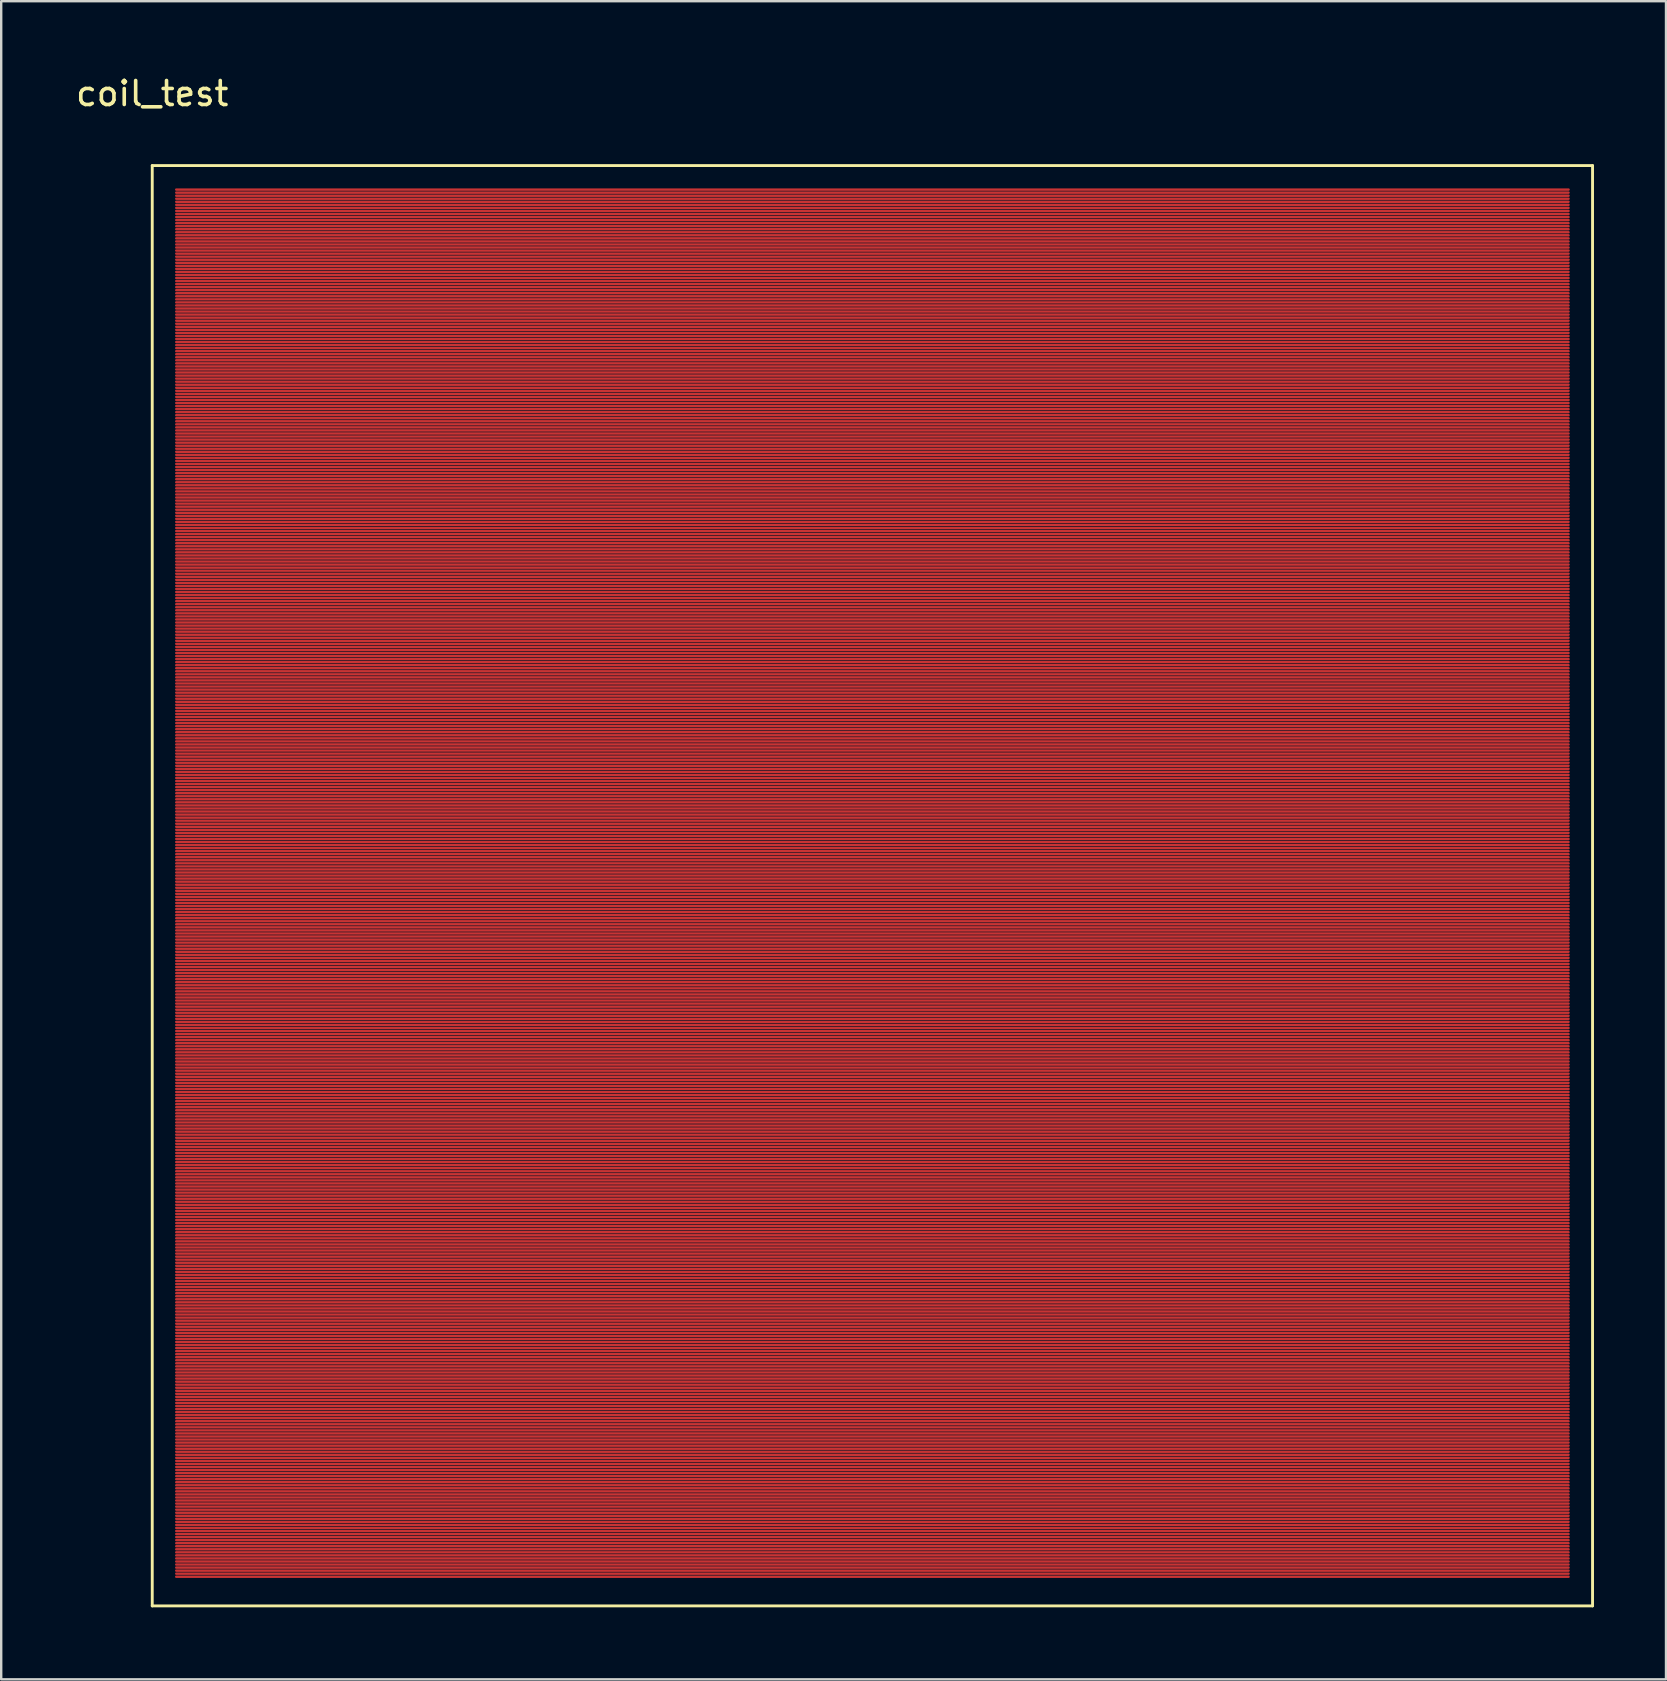
<source format=kicad_pcb>
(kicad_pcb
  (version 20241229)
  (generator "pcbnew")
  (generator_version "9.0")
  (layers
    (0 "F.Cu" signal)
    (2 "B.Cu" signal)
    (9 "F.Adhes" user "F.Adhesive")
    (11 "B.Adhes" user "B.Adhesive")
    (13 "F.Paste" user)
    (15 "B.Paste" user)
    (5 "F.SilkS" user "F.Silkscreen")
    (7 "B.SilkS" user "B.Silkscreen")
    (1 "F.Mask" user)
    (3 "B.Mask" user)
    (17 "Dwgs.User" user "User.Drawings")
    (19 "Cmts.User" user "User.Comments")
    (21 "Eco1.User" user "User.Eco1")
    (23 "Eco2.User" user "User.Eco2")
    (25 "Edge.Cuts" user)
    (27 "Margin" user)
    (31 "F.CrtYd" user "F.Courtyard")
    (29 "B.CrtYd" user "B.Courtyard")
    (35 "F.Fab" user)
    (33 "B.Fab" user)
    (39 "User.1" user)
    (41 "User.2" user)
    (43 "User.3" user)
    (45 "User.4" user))
  (footprint "coil_test"
    (layer "F.Cu")
    (at 3.292 3.848)
    (property "Reference" "coil_test" (at 0 -3 0) (layer "F.SilkS") (effects (font (size 1 1) (thickness 0.15))))
    (attr through_hole)
    (fp_line (start 1 1) (end 59 1) (stroke (width 0.102) (type solid)) (layer "F.Cu"))
    (fp_line (start 1 1.127) (end 59 1.127) (stroke (width 0.102) (type solid)) (layer "F.Cu"))
    (fp_line (start 1 1.254) (end 59 1.254) (stroke (width 0.102) (type solid)) (layer "F.Cu"))
    (fp_line (start 1 1.381) (end 59 1.381) (stroke (width 0.102) (type solid)) (layer "F.Cu"))
    (fp_line (start 1 1.508) (end 59 1.508) (stroke (width 0.102) (type solid)) (layer "F.Cu"))
    (fp_line (start 1 1.635) (end 59 1.635) (stroke (width 0.102) (type solid)) (layer "F.Cu"))
    (fp_line (start 1 1.762) (end 59 1.762) (stroke (width 0.102) (type solid)) (layer "F.Cu"))
    (fp_line (start 1 1.889) (end 59 1.889) (stroke (width 0.102) (type solid)) (layer "F.Cu"))
    (fp_line (start 1 2.016) (end 59 2.016) (stroke (width 0.102) (type solid)) (layer "F.Cu"))
    (fp_line (start 1 2.143) (end 59 2.143) (stroke (width 0.102) (type solid)) (layer "F.Cu"))
    (fp_line (start 1 2.27) (end 59 2.27) (stroke (width 0.102) (type solid)) (layer "F.Cu"))
    (fp_line (start 1 2.397) (end 59 2.397) (stroke (width 0.102) (type solid)) (layer "F.Cu"))
    (fp_line (start 1 2.524) (end 59 2.524) (stroke (width 0.102) (type solid)) (layer "F.Cu"))
    (fp_line (start 1 2.651) (end 59 2.651) (stroke (width 0.102) (type solid)) (layer "F.Cu"))
    (fp_line (start 1 2.778) (end 59 2.778) (stroke (width 0.102) (type solid)) (layer "F.Cu"))
    (fp_line (start 1 2.905) (end 59 2.905) (stroke (width 0.102) (type solid)) (layer "F.Cu"))
    (fp_line (start 1 3.032) (end 59 3.032) (stroke (width 0.102) (type solid)) (layer "F.Cu"))
    (fp_line (start 1 3.159) (end 59 3.159) (stroke (width 0.102) (type solid)) (layer "F.Cu"))
    (fp_line (start 1 3.286) (end 59 3.286) (stroke (width 0.102) (type solid)) (layer "F.Cu"))
    (fp_line (start 1 3.413) (end 59 3.413) (stroke (width 0.102) (type solid)) (layer "F.Cu"))
    (fp_line (start 1 3.54) (end 59 3.54) (stroke (width 0.102) (type solid)) (layer "F.Cu"))
    (fp_line (start 1 3.667) (end 59 3.667) (stroke (width 0.102) (type solid)) (layer "F.Cu"))
    (fp_line (start 1 3.794) (end 59 3.794) (stroke (width 0.102) (type solid)) (layer "F.Cu"))
    (fp_line (start 1 3.921) (end 59 3.921) (stroke (width 0.102) (type solid)) (layer "F.Cu"))
    (fp_line (start 1 4.048) (end 59 4.048) (stroke (width 0.102) (type solid)) (layer "F.Cu"))
    (fp_line (start 1 4.175) (end 59 4.175) (stroke (width 0.102) (type solid)) (layer "F.Cu"))
    (fp_line (start 1 4.302) (end 59 4.302) (stroke (width 0.102) (type solid)) (layer "F.Cu"))
    (fp_line (start 1 4.429) (end 59 4.429) (stroke (width 0.102) (type solid)) (layer "F.Cu"))
    (fp_line (start 1 4.556) (end 59 4.556) (stroke (width 0.102) (type solid)) (layer "F.Cu"))
    (fp_line (start 1 4.683) (end 59 4.683) (stroke (width 0.102) (type solid)) (layer "F.Cu"))
    (fp_line (start 1 4.81) (end 59 4.81) (stroke (width 0.102) (type solid)) (layer "F.Cu"))
    (fp_line (start 1 4.937) (end 59 4.937) (stroke (width 0.102) (type solid)) (layer "F.Cu"))
    (fp_line (start 1 5.064) (end 59 5.064) (stroke (width 0.102) (type solid)) (layer "F.Cu"))
    (fp_line (start 1 5.191) (end 59 5.191) (stroke (width 0.102) (type solid)) (layer "F.Cu"))
    (fp_line (start 1 5.318) (end 59 5.318) (stroke (width 0.102) (type solid)) (layer "F.Cu"))
    (fp_line (start 1 5.445) (end 59 5.445) (stroke (width 0.102) (type solid)) (layer "F.Cu"))
    (fp_line (start 1 5.572) (end 59 5.572) (stroke (width 0.102) (type solid)) (layer "F.Cu"))
    (fp_line (start 1 5.699) (end 59 5.699) (stroke (width 0.102) (type solid)) (layer "F.Cu"))
    (fp_line (start 1 5.826) (end 59 5.826) (stroke (width 0.102) (type solid)) (layer "F.Cu"))
    (fp_line (start 1 5.953) (end 59 5.953) (stroke (width 0.102) (type solid)) (layer "F.Cu"))
    (fp_line (start 1 6.08) (end 59 6.08) (stroke (width 0.102) (type solid)) (layer "F.Cu"))
    (fp_line (start 1 6.207) (end 59 6.207) (stroke (width 0.102) (type solid)) (layer "F.Cu"))
    (fp_line (start 1 6.334) (end 59 6.334) (stroke (width 0.102) (type solid)) (layer "F.Cu"))
    (fp_line (start 1 6.461) (end 59 6.461) (stroke (width 0.102) (type solid)) (layer "F.Cu"))
    (fp_line (start 1 6.588) (end 59 6.588) (stroke (width 0.102) (type solid)) (layer "F.Cu"))
    (fp_line (start 1 6.715) (end 59 6.715) (stroke (width 0.102) (type solid)) (layer "F.Cu"))
    (fp_line (start 1 6.842) (end 59 6.842) (stroke (width 0.102) (type solid)) (layer "F.Cu"))
    (fp_line (start 1 6.969) (end 59 6.969) (stroke (width 0.102) (type solid)) (layer "F.Cu"))
    (fp_line (start 1 7.096) (end 59 7.096) (stroke (width 0.102) (type solid)) (layer "F.Cu"))
    (fp_line (start 1 7.223) (end 59 7.223) (stroke (width 0.102) (type solid)) (layer "F.Cu"))
    (fp_line (start 1 7.35) (end 59 7.35) (stroke (width 0.102) (type solid)) (layer "F.Cu"))
    (fp_line (start 1 7.477) (end 59 7.477) (stroke (width 0.102) (type solid)) (layer "F.Cu"))
    (fp_line (start 1 7.604) (end 59 7.604) (stroke (width 0.102) (type solid)) (layer "F.Cu"))
    (fp_line (start 1 7.731) (end 59 7.731) (stroke (width 0.102) (type solid)) (layer "F.Cu"))
    (fp_line (start 1 7.858) (end 59 7.858) (stroke (width 0.102) (type solid)) (layer "F.Cu"))
    (fp_line (start 1 7.985) (end 59 7.985) (stroke (width 0.102) (type solid)) (layer "F.Cu"))
    (fp_line (start 1 8.112) (end 59 8.112) (stroke (width 0.102) (type solid)) (layer "F.Cu"))
    (fp_line (start 1 8.239) (end 59 8.239) (stroke (width 0.102) (type solid)) (layer "F.Cu"))
    (fp_line (start 1 8.366) (end 59 8.366) (stroke (width 0.102) (type solid)) (layer "F.Cu"))
    (fp_line (start 1 8.493) (end 59 8.493) (stroke (width 0.102) (type solid)) (layer "F.Cu"))
    (fp_line (start 1 8.62) (end 59 8.62) (stroke (width 0.102) (type solid)) (layer "F.Cu"))
    (fp_line (start 1 8.747) (end 59 8.747) (stroke (width 0.102) (type solid)) (layer "F.Cu"))
    (fp_line (start 1 8.874) (end 59 8.874) (stroke (width 0.102) (type solid)) (layer "F.Cu"))
    (fp_line (start 1 9.001) (end 59 9.001) (stroke (width 0.102) (type solid)) (layer "F.Cu"))
    (fp_line (start 1 9.128) (end 59 9.128) (stroke (width 0.102) (type solid)) (layer "F.Cu"))
    (fp_line (start 1 9.255) (end 59 9.255) (stroke (width 0.102) (type solid)) (layer "F.Cu"))
    (fp_line (start 1 9.382) (end 59 9.382) (stroke (width 0.102) (type solid)) (layer "F.Cu"))
    (fp_line (start 1 9.509) (end 59 9.509) (stroke (width 0.102) (type solid)) (layer "F.Cu"))
    (fp_line (start 1 9.636) (end 59 9.636) (stroke (width 0.102) (type solid)) (layer "F.Cu"))
    (fp_line (start 1 9.763) (end 59 9.763) (stroke (width 0.102) (type solid)) (layer "F.Cu"))
    (fp_line (start 1 9.89) (end 59 9.89) (stroke (width 0.102) (type solid)) (layer "F.Cu"))
    (fp_line (start 1 10.017) (end 59 10.017) (stroke (width 0.102) (type solid)) (layer "F.Cu"))
    (fp_line (start 1 10.144) (end 59 10.144) (stroke (width 0.102) (type solid)) (layer "F.Cu"))
    (fp_line (start 1 10.271) (end 59 10.271) (stroke (width 0.102) (type solid)) (layer "F.Cu"))
    (fp_line (start 1 10.398) (end 59 10.398) (stroke (width 0.102) (type solid)) (layer "F.Cu"))
    (fp_line (start 1 10.525) (end 59 10.525) (stroke (width 0.102) (type solid)) (layer "F.Cu"))
    (fp_line (start 1 10.652) (end 59 10.652) (stroke (width 0.102) (type solid)) (layer "F.Cu"))
    (fp_line (start 1 10.779) (end 59 10.779) (stroke (width 0.102) (type solid)) (layer "F.Cu"))
    (fp_line (start 1 10.906) (end 59 10.906) (stroke (width 0.102) (type solid)) (layer "F.Cu"))
    (fp_line (start 1 11.033) (end 59 11.033) (stroke (width 0.102) (type solid)) (layer "F.Cu"))
    (fp_line (start 1 11.16) (end 59 11.16) (stroke (width 0.102) (type solid)) (layer "F.Cu"))
    (fp_line (start 1 11.287) (end 59 11.287) (stroke (width 0.102) (type solid)) (layer "F.Cu"))
    (fp_line (start 1 11.414) (end 59 11.414) (stroke (width 0.102) (type solid)) (layer "F.Cu"))
    (fp_line (start 1 11.541) (end 59 11.541) (stroke (width 0.102) (type solid)) (layer "F.Cu"))
    (fp_line (start 1 11.668) (end 59 11.668) (stroke (width 0.102) (type solid)) (layer "F.Cu"))
    (fp_line (start 1 11.795) (end 59 11.795) (stroke (width 0.102) (type solid)) (layer "F.Cu"))
    (fp_line (start 1 11.922) (end 59 11.922) (stroke (width 0.102) (type solid)) (layer "F.Cu"))
    (fp_line (start 1 12.049) (end 59 12.049) (stroke (width 0.102) (type solid)) (layer "F.Cu"))
    (fp_line (start 1 12.176) (end 59 12.176) (stroke (width 0.102) (type solid)) (layer "F.Cu"))
    (fp_line (start 1 12.303) (end 59 12.303) (stroke (width 0.102) (type solid)) (layer "F.Cu"))
    (fp_line (start 1 12.43) (end 59 12.43) (stroke (width 0.102) (type solid)) (layer "F.Cu"))
    (fp_line (start 1 12.557) (end 59 12.557) (stroke (width 0.102) (type solid)) (layer "F.Cu"))
    (fp_line (start 1 12.684) (end 59 12.684) (stroke (width 0.102) (type solid)) (layer "F.Cu"))
    (fp_line (start 1 12.811) (end 59 12.811) (stroke (width 0.102) (type solid)) (layer "F.Cu"))
    (fp_line (start 1 12.938) (end 59 12.938) (stroke (width 0.102) (type solid)) (layer "F.Cu"))
    (fp_line (start 1 13.065) (end 59 13.065) (stroke (width 0.102) (type solid)) (layer "F.Cu"))
    (fp_line (start 1 13.192) (end 59 13.192) (stroke (width 0.102) (type solid)) (layer "F.Cu"))
    (fp_line (start 1 13.319) (end 59 13.319) (stroke (width 0.102) (type solid)) (layer "F.Cu"))
    (fp_line (start 1 13.446) (end 59 13.446) (stroke (width 0.102) (type solid)) (layer "F.Cu"))
    (fp_line (start 1 13.573) (end 59 13.573) (stroke (width 0.102) (type solid)) (layer "F.Cu"))
    (fp_line (start 1 13.7) (end 59 13.7) (stroke (width 0.102) (type solid)) (layer "F.Cu"))
    (fp_line (start 1 13.827) (end 59 13.827) (stroke (width 0.102) (type solid)) (layer "F.Cu"))
    (fp_line (start 1 13.954) (end 59 13.954) (stroke (width 0.102) (type solid)) (layer "F.Cu"))
    (fp_line (start 1 14.081) (end 59 14.081) (stroke (width 0.102) (type solid)) (layer "F.Cu"))
    (fp_line (start 1 14.208) (end 59 14.208) (stroke (width 0.102) (type solid)) (layer "F.Cu"))
    (fp_line (start 1 14.335) (end 59 14.335) (stroke (width 0.102) (type solid)) (layer "F.Cu"))
    (fp_line (start 1 14.462) (end 59 14.462) (stroke (width 0.102) (type solid)) (layer "F.Cu"))
    (fp_line (start 1 14.589) (end 59 14.589) (stroke (width 0.102) (type solid)) (layer "F.Cu"))
    (fp_line (start 1 14.716) (end 59 14.716) (stroke (width 0.102) (type solid)) (layer "F.Cu"))
    (fp_line (start 1 14.843) (end 59 14.843) (stroke (width 0.102) (type solid)) (layer "F.Cu"))
    (fp_line (start 1 14.97) (end 59 14.97) (stroke (width 0.102) (type solid)) (layer "F.Cu"))
    (fp_line (start 1 15.097) (end 59 15.097) (stroke (width 0.102) (type solid)) (layer "F.Cu"))
    (fp_line (start 1 15.224) (end 59 15.224) (stroke (width 0.102) (type solid)) (layer "F.Cu"))
    (fp_line (start 1 15.351) (end 59 15.351) (stroke (width 0.102) (type solid)) (layer "F.Cu"))
    (fp_line (start 1 15.478) (end 59 15.478) (stroke (width 0.102) (type solid)) (layer "F.Cu"))
    (fp_line (start 1 15.605) (end 59 15.605) (stroke (width 0.102) (type solid)) (layer "F.Cu"))
    (fp_line (start 1 15.732) (end 59 15.732) (stroke (width 0.102) (type solid)) (layer "F.Cu"))
    (fp_line (start 1 15.859) (end 59 15.859) (stroke (width 0.102) (type solid)) (layer "F.Cu"))
    (fp_line (start 1 15.986) (end 59 15.986) (stroke (width 0.102) (type solid)) (layer "F.Cu"))
    (fp_line (start 1 16.113) (end 59 16.113) (stroke (width 0.102) (type solid)) (layer "F.Cu"))
    (fp_line (start 1 16.24) (end 59 16.24) (stroke (width 0.102) (type solid)) (layer "F.Cu"))
    (fp_line (start 1 16.367) (end 59 16.367) (stroke (width 0.102) (type solid)) (layer "F.Cu"))
    (fp_line (start 1 16.494) (end 59 16.494) (stroke (width 0.102) (type solid)) (layer "F.Cu"))
    (fp_line (start 1 16.621) (end 59 16.621) (stroke (width 0.102) (type solid)) (layer "F.Cu"))
    (fp_line (start 1 16.748) (end 59 16.748) (stroke (width 0.102) (type solid)) (layer "F.Cu"))
    (fp_line (start 1 16.875) (end 59 16.875) (stroke (width 0.102) (type solid)) (layer "F.Cu"))
    (fp_line (start 1 17.002) (end 59 17.002) (stroke (width 0.102) (type solid)) (layer "F.Cu"))
    (fp_line (start 1 17.129) (end 59 17.129) (stroke (width 0.102) (type solid)) (layer "F.Cu"))
    (fp_line (start 1 17.256) (end 59 17.256) (stroke (width 0.102) (type solid)) (layer "F.Cu"))
    (fp_line (start 1 17.383) (end 59 17.383) (stroke (width 0.102) (type solid)) (layer "F.Cu"))
    (fp_line (start 1 17.51) (end 59 17.51) (stroke (width 0.102) (type solid)) (layer "F.Cu"))
    (fp_line (start 1 17.637) (end 59 17.637) (stroke (width 0.102) (type solid)) (layer "F.Cu"))
    (fp_line (start 1 17.764) (end 59 17.764) (stroke (width 0.102) (type solid)) (layer "F.Cu"))
    (fp_line (start 1 17.891) (end 59 17.891) (stroke (width 0.102) (type solid)) (layer "F.Cu"))
    (fp_line (start 1 18.018) (end 59 18.018) (stroke (width 0.102) (type solid)) (layer "F.Cu"))
    (fp_line (start 1 18.145) (end 59 18.145) (stroke (width 0.102) (type solid)) (layer "F.Cu"))
    (fp_line (start 1 18.272) (end 59 18.272) (stroke (width 0.102) (type solid)) (layer "F.Cu"))
    (fp_line (start 1 18.399) (end 59 18.399) (stroke (width 0.102) (type solid)) (layer "F.Cu"))
    (fp_line (start 1 18.526) (end 59 18.526) (stroke (width 0.102) (type solid)) (layer "F.Cu"))
    (fp_line (start 1 18.653) (end 59 18.653) (stroke (width 0.102) (type solid)) (layer "F.Cu"))
    (fp_line (start 1 18.78) (end 59 18.78) (stroke (width 0.102) (type solid)) (layer "F.Cu"))
    (fp_line (start 1 18.907) (end 59 18.907) (stroke (width 0.102) (type solid)) (layer "F.Cu"))
    (fp_line (start 1 19.034) (end 59 19.034) (stroke (width 0.102) (type solid)) (layer "F.Cu"))
    (fp_line (start 1 19.161) (end 59 19.161) (stroke (width 0.102) (type solid)) (layer "F.Cu"))
    (fp_line (start 1 19.288) (end 59 19.288) (stroke (width 0.102) (type solid)) (layer "F.Cu"))
    (fp_line (start 1 19.415) (end 59 19.415) (stroke (width 0.102) (type solid)) (layer "F.Cu"))
    (fp_line (start 1 19.542) (end 59 19.542) (stroke (width 0.102) (type solid)) (layer "F.Cu"))
    (fp_line (start 1 19.669) (end 59 19.669) (stroke (width 0.102) (type solid)) (layer "F.Cu"))
    (fp_line (start 1 19.796) (end 59 19.796) (stroke (width 0.102) (type solid)) (layer "F.Cu"))
    (fp_line (start 1 19.923) (end 59 19.923) (stroke (width 0.102) (type solid)) (layer "F.Cu"))
    (fp_line (start 1 20.05) (end 59 20.05) (stroke (width 0.102) (type solid)) (layer "F.Cu"))
    (fp_line (start 1 20.177) (end 59 20.177) (stroke (width 0.102) (type solid)) (layer "F.Cu"))
    (fp_line (start 1 20.304) (end 59 20.304) (stroke (width 0.102) (type solid)) (layer "F.Cu"))
    (fp_line (start 1 20.431) (end 59 20.431) (stroke (width 0.102) (type solid)) (layer "F.Cu"))
    (fp_line (start 1 20.558) (end 59 20.558) (stroke (width 0.102) (type solid)) (layer "F.Cu"))
    (fp_line (start 1 20.685) (end 59 20.685) (stroke (width 0.102) (type solid)) (layer "F.Cu"))
    (fp_line (start 1 20.812) (end 59 20.812) (stroke (width 0.102) (type solid)) (layer "F.Cu"))
    (fp_line (start 1 20.939) (end 59 20.939) (stroke (width 0.102) (type solid)) (layer "F.Cu"))
    (fp_line (start 1 21.066) (end 59 21.066) (stroke (width 0.102) (type solid)) (layer "F.Cu"))
    (fp_line (start 1 21.193) (end 59 21.193) (stroke (width 0.102) (type solid)) (layer "F.Cu"))
    (fp_line (start 1 21.32) (end 59 21.32) (stroke (width 0.102) (type solid)) (layer "F.Cu"))
    (fp_line (start 1 21.447) (end 59 21.447) (stroke (width 0.102) (type solid)) (layer "F.Cu"))
    (fp_line (start 1 21.574) (end 59 21.574) (stroke (width 0.102) (type solid)) (layer "F.Cu"))
    (fp_line (start 1 21.701) (end 59 21.701) (stroke (width 0.102) (type solid)) (layer "F.Cu"))
    (fp_line (start 1 21.828) (end 59 21.828) (stroke (width 0.102) (type solid)) (layer "F.Cu"))
    (fp_line (start 1 21.955) (end 59 21.955) (stroke (width 0.102) (type solid)) (layer "F.Cu"))
    (fp_line (start 1 22.082) (end 59 22.082) (stroke (width 0.102) (type solid)) (layer "F.Cu"))
    (fp_line (start 1 22.209) (end 59 22.209) (stroke (width 0.102) (type solid)) (layer "F.Cu"))
    (fp_line (start 1 22.336) (end 59 22.336) (stroke (width 0.102) (type solid)) (layer "F.Cu"))
    (fp_line (start 1 22.463) (end 59 22.463) (stroke (width 0.102) (type solid)) (layer "F.Cu"))
    (fp_line (start 1 22.59) (end 59 22.59) (stroke (width 0.102) (type solid)) (layer "F.Cu"))
    (fp_line (start 1 22.717) (end 59 22.717) (stroke (width 0.102) (type solid)) (layer "F.Cu"))
    (fp_line (start 1 22.844) (end 59 22.844) (stroke (width 0.102) (type solid)) (layer "F.Cu"))
    (fp_line (start 1 22.971) (end 59 22.971) (stroke (width 0.102) (type solid)) (layer "F.Cu"))
    (fp_line (start 1 23.098) (end 59 23.098) (stroke (width 0.102) (type solid)) (layer "F.Cu"))
    (fp_line (start 1 23.225) (end 59 23.225) (stroke (width 0.102) (type solid)) (layer "F.Cu"))
    (fp_line (start 1 23.352) (end 59 23.352) (stroke (width 0.102) (type solid)) (layer "F.Cu"))
    (fp_line (start 1 23.479) (end 59 23.479) (stroke (width 0.102) (type solid)) (layer "F.Cu"))
    (fp_line (start 1 23.606) (end 59 23.606) (stroke (width 0.102) (type solid)) (layer "F.Cu"))
    (fp_line (start 1 23.733) (end 59 23.733) (stroke (width 0.102) (type solid)) (layer "F.Cu"))
    (fp_line (start 1 23.86) (end 59 23.86) (stroke (width 0.102) (type solid)) (layer "F.Cu"))
    (fp_line (start 1 23.987) (end 59 23.987) (stroke (width 0.102) (type solid)) (layer "F.Cu"))
    (fp_line (start 1 24.114) (end 59 24.114) (stroke (width 0.102) (type solid)) (layer "F.Cu"))
    (fp_line (start 1 24.241) (end 59 24.241) (stroke (width 0.102) (type solid)) (layer "F.Cu"))
    (fp_line (start 1 24.368) (end 59 24.368) (stroke (width 0.102) (type solid)) (layer "F.Cu"))
    (fp_line (start 1 24.495) (end 59 24.495) (stroke (width 0.102) (type solid)) (layer "F.Cu"))
    (fp_line (start 1 24.622) (end 59 24.622) (stroke (width 0.102) (type solid)) (layer "F.Cu"))
    (fp_line (start 1 24.749) (end 59 24.749) (stroke (width 0.102) (type solid)) (layer "F.Cu"))
    (fp_line (start 1 24.876) (end 59 24.876) (stroke (width 0.102) (type solid)) (layer "F.Cu"))
    (fp_line (start 1 25.003) (end 59 25.003) (stroke (width 0.102) (type solid)) (layer "F.Cu"))
    (fp_line (start 1 25.13) (end 59 25.13) (stroke (width 0.102) (type solid)) (layer "F.Cu"))
    (fp_line (start 1 25.257) (end 59 25.257) (stroke (width 0.102) (type solid)) (layer "F.Cu"))
    (fp_line (start 1 25.384) (end 59 25.384) (stroke (width 0.102) (type solid)) (layer "F.Cu"))
    (fp_line (start 1 25.511) (end 59 25.511) (stroke (width 0.102) (type solid)) (layer "F.Cu"))
    (fp_line (start 1 25.638) (end 59 25.638) (stroke (width 0.102) (type solid)) (layer "F.Cu"))
    (fp_line (start 1 25.765) (end 59 25.765) (stroke (width 0.102) (type solid)) (layer "F.Cu"))
    (fp_line (start 1 25.892) (end 59 25.892) (stroke (width 0.102) (type solid)) (layer "F.Cu"))
    (fp_line (start 1 26.019) (end 59 26.019) (stroke (width 0.102) (type solid)) (layer "F.Cu"))
    (fp_line (start 1 26.146) (end 59 26.146) (stroke (width 0.102) (type solid)) (layer "F.Cu"))
    (fp_line (start 1 26.273) (end 59 26.273) (stroke (width 0.102) (type solid)) (layer "F.Cu"))
    (fp_line (start 1 26.4) (end 59 26.4) (stroke (width 0.102) (type solid)) (layer "F.Cu"))
    (fp_line (start 1 26.527) (end 59 26.527) (stroke (width 0.102) (type solid)) (layer "F.Cu"))
    (fp_line (start 1 26.654) (end 59 26.654) (stroke (width 0.102) (type solid)) (layer "F.Cu"))
    (fp_line (start 1 26.781) (end 59 26.781) (stroke (width 0.102) (type solid)) (layer "F.Cu"))
    (fp_line (start 1 26.908) (end 59 26.908) (stroke (width 0.102) (type solid)) (layer "F.Cu"))
    (fp_line (start 1 27.035) (end 59 27.035) (stroke (width 0.102) (type solid)) (layer "F.Cu"))
    (fp_line (start 1 27.162) (end 59 27.162) (stroke (width 0.102) (type solid)) (layer "F.Cu"))
    (fp_line (start 1 27.289) (end 59 27.289) (stroke (width 0.102) (type solid)) (layer "F.Cu"))
    (fp_line (start 1 27.416) (end 59 27.416) (stroke (width 0.102) (type solid)) (layer "F.Cu"))
    (fp_line (start 1 27.543) (end 59 27.543) (stroke (width 0.102) (type solid)) (layer "F.Cu"))
    (fp_line (start 1 27.67) (end 59 27.67) (stroke (width 0.102) (type solid)) (layer "F.Cu"))
    (fp_line (start 1 27.797) (end 59 27.797) (stroke (width 0.102) (type solid)) (layer "F.Cu"))
    (fp_line (start 1 27.924) (end 59 27.924) (stroke (width 0.102) (type solid)) (layer "F.Cu"))
    (fp_line (start 1 28.051) (end 59 28.051) (stroke (width 0.102) (type solid)) (layer "F.Cu"))
    (fp_line (start 1 28.178) (end 59 28.178) (stroke (width 0.102) (type solid)) (layer "F.Cu"))
    (fp_line (start 1 28.305) (end 59 28.305) (stroke (width 0.102) (type solid)) (layer "F.Cu"))
    (fp_line (start 1 28.432) (end 59 28.432) (stroke (width 0.102) (type solid)) (layer "F.Cu"))
    (fp_line (start 1 28.559) (end 59 28.559) (stroke (width 0.102) (type solid)) (layer "F.Cu"))
    (fp_line (start 1 28.686) (end 59 28.686) (stroke (width 0.102) (type solid)) (layer "F.Cu"))
    (fp_line (start 1 28.813) (end 59 28.813) (stroke (width 0.102) (type solid)) (layer "F.Cu"))
    (fp_line (start 1 28.94) (end 59 28.94) (stroke (width 0.102) (type solid)) (layer "F.Cu"))
    (fp_line (start 1 29.067) (end 59 29.067) (stroke (width 0.102) (type solid)) (layer "F.Cu"))
    (fp_line (start 1 29.194) (end 59 29.194) (stroke (width 0.102) (type solid)) (layer "F.Cu"))
    (fp_line (start 1 29.321) (end 59 29.321) (stroke (width 0.102) (type solid)) (layer "F.Cu"))
    (fp_line (start 1 29.448) (end 59 29.448) (stroke (width 0.102) (type solid)) (layer "F.Cu"))
    (fp_line (start 1 29.575) (end 59 29.575) (stroke (width 0.102) (type solid)) (layer "F.Cu"))
    (fp_line (start 1 29.702) (end 59 29.702) (stroke (width 0.102) (type solid)) (layer "F.Cu"))
    (fp_line (start 1 29.829) (end 59 29.829) (stroke (width 0.102) (type solid)) (layer "F.Cu"))
    (fp_line (start 1 29.956) (end 59 29.956) (stroke (width 0.102) (type solid)) (layer "F.Cu"))
    (fp_line (start 1 30.083) (end 59 30.083) (stroke (width 0.102) (type solid)) (layer "F.Cu"))
    (fp_line (start 1 30.21) (end 59 30.21) (stroke (width 0.102) (type solid)) (layer "F.Cu"))
    (fp_line (start 1 30.337) (end 59 30.337) (stroke (width 0.102) (type solid)) (layer "F.Cu"))
    (fp_line (start 1 30.464) (end 59 30.464) (stroke (width 0.102) (type solid)) (layer "F.Cu"))
    (fp_line (start 1 30.591) (end 59 30.591) (stroke (width 0.102) (type solid)) (layer "F.Cu"))
    (fp_line (start 1 30.718) (end 59 30.718) (stroke (width 0.102) (type solid)) (layer "F.Cu"))
    (fp_line (start 1 30.845) (end 59 30.845) (stroke (width 0.102) (type solid)) (layer "F.Cu"))
    (fp_line (start 1 30.972) (end 59 30.972) (stroke (width 0.102) (type solid)) (layer "F.Cu"))
    (fp_line (start 1 31.099) (end 59 31.099) (stroke (width 0.102) (type solid)) (layer "F.Cu"))
    (fp_line (start 1 31.226) (end 59 31.226) (stroke (width 0.102) (type solid)) (layer "F.Cu"))
    (fp_line (start 1 31.353) (end 59 31.353) (stroke (width 0.102) (type solid)) (layer "F.Cu"))
    (fp_line (start 1 31.48) (end 59 31.48) (stroke (width 0.102) (type solid)) (layer "F.Cu"))
    (fp_line (start 1 31.607) (end 59 31.607) (stroke (width 0.102) (type solid)) (layer "F.Cu"))
    (fp_line (start 1 31.734) (end 59 31.734) (stroke (width 0.102) (type solid)) (layer "F.Cu"))
    (fp_line (start 1 31.861) (end 59 31.861) (stroke (width 0.102) (type solid)) (layer "F.Cu"))
    (fp_line (start 1 31.988) (end 59 31.988) (stroke (width 0.102) (type solid)) (layer "F.Cu"))
    (fp_line (start 1 32.115) (end 59 32.115) (stroke (width 0.102) (type solid)) (layer "F.Cu"))
    (fp_line (start 1 32.242) (end 59 32.242) (stroke (width 0.102) (type solid)) (layer "F.Cu"))
    (fp_line (start 1 32.369) (end 59 32.369) (stroke (width 0.102) (type solid)) (layer "F.Cu"))
    (fp_line (start 1 32.496) (end 59 32.496) (stroke (width 0.102) (type solid)) (layer "F.Cu"))
    (fp_line (start 1 32.623) (end 59 32.623) (stroke (width 0.102) (type solid)) (layer "F.Cu"))
    (fp_line (start 1 32.75) (end 59 32.75) (stroke (width 0.102) (type solid)) (layer "F.Cu"))
    (fp_line (start 1 32.877) (end 59 32.877) (stroke (width 0.102) (type solid)) (layer "F.Cu"))
    (fp_line (start 1 33.004) (end 59 33.004) (stroke (width 0.102) (type solid)) (layer "F.Cu"))
    (fp_line (start 1 33.131) (end 59 33.131) (stroke (width 0.102) (type solid)) (layer "F.Cu"))
    (fp_line (start 1 33.258) (end 59 33.258) (stroke (width 0.102) (type solid)) (layer "F.Cu"))
    (fp_line (start 1 33.385) (end 59 33.385) (stroke (width 0.102) (type solid)) (layer "F.Cu"))
    (fp_line (start 1 33.512) (end 59 33.512) (stroke (width 0.102) (type solid)) (layer "F.Cu"))
    (fp_line (start 1 33.639) (end 59 33.639) (stroke (width 0.102) (type solid)) (layer "F.Cu"))
    (fp_line (start 1 33.766) (end 59 33.766) (stroke (width 0.102) (type solid)) (layer "F.Cu"))
    (fp_line (start 1 33.893) (end 59 33.893) (stroke (width 0.102) (type solid)) (layer "F.Cu"))
    (fp_line (start 1 34.02) (end 59 34.02) (stroke (width 0.102) (type solid)) (layer "F.Cu"))
    (fp_line (start 1 34.147) (end 59 34.147) (stroke (width 0.102) (type solid)) (layer "F.Cu"))
    (fp_line (start 1 34.274) (end 59 34.274) (stroke (width 0.102) (type solid)) (layer "F.Cu"))
    (fp_line (start 1 34.401) (end 59 34.401) (stroke (width 0.102) (type solid)) (layer "F.Cu"))
    (fp_line (start 1 34.528) (end 59 34.528) (stroke (width 0.102) (type solid)) (layer "F.Cu"))
    (fp_line (start 1 34.655) (end 59 34.655) (stroke (width 0.102) (type solid)) (layer "F.Cu"))
    (fp_line (start 1 34.782) (end 59 34.782) (stroke (width 0.102) (type solid)) (layer "F.Cu"))
    (fp_line (start 1 34.909) (end 59 34.909) (stroke (width 0.102) (type solid)) (layer "F.Cu"))
    (fp_line (start 1 35.036) (end 59 35.036) (stroke (width 0.102) (type solid)) (layer "F.Cu"))
    (fp_line (start 1 35.163) (end 59 35.163) (stroke (width 0.102) (type solid)) (layer "F.Cu"))
    (fp_line (start 1 35.29) (end 59 35.29) (stroke (width 0.102) (type solid)) (layer "F.Cu"))
    (fp_line (start 1 35.417) (end 59 35.417) (stroke (width 0.102) (type solid)) (layer "F.Cu"))
    (fp_line (start 1 35.544) (end 59 35.544) (stroke (width 0.102) (type solid)) (layer "F.Cu"))
    (fp_line (start 1 35.671) (end 59 35.671) (stroke (width 0.102) (type solid)) (layer "F.Cu"))
    (fp_line (start 1 35.798) (end 59 35.798) (stroke (width 0.102) (type solid)) (layer "F.Cu"))
    (fp_line (start 1 35.925) (end 59 35.925) (stroke (width 0.102) (type solid)) (layer "F.Cu"))
    (fp_line (start 1 36.052) (end 59 36.052) (stroke (width 0.102) (type solid)) (layer "F.Cu"))
    (fp_line (start 1 36.179) (end 59 36.179) (stroke (width 0.102) (type solid)) (layer "F.Cu"))
    (fp_line (start 1 36.306) (end 59 36.306) (stroke (width 0.102) (type solid)) (layer "F.Cu"))
    (fp_line (start 1 36.433) (end 59 36.433) (stroke (width 0.102) (type solid)) (layer "F.Cu"))
    (fp_line (start 1 36.56) (end 59 36.56) (stroke (width 0.102) (type solid)) (layer "F.Cu"))
    (fp_line (start 1 36.687) (end 59 36.687) (stroke (width 0.102) (type solid)) (layer "F.Cu"))
    (fp_line (start 1 36.814) (end 59 36.814) (stroke (width 0.102) (type solid)) (layer "F.Cu"))
    (fp_line (start 1 36.941) (end 59 36.941) (stroke (width 0.102) (type solid)) (layer "F.Cu"))
    (fp_line (start 1 37.068) (end 59 37.068) (stroke (width 0.102) (type solid)) (layer "F.Cu"))
    (fp_line (start 1 37.195) (end 59 37.195) (stroke (width 0.102) (type solid)) (layer "F.Cu"))
    (fp_line (start 1 37.322) (end 59 37.322) (stroke (width 0.102) (type solid)) (layer "F.Cu"))
    (fp_line (start 1 37.449) (end 59 37.449) (stroke (width 0.102) (type solid)) (layer "F.Cu"))
    (fp_line (start 1 37.576) (end 59 37.576) (stroke (width 0.102) (type solid)) (layer "F.Cu"))
    (fp_line (start 1 37.703) (end 59 37.703) (stroke (width 0.102) (type solid)) (layer "F.Cu"))
    (fp_line (start 1 37.83) (end 59 37.83) (stroke (width 0.102) (type solid)) (layer "F.Cu"))
    (fp_line (start 1 37.957) (end 59 37.957) (stroke (width 0.102) (type solid)) (layer "F.Cu"))
    (fp_line (start 1 38.084) (end 59 38.084) (stroke (width 0.102) (type solid)) (layer "F.Cu"))
    (fp_line (start 1 38.211) (end 59 38.211) (stroke (width 0.102) (type solid)) (layer "F.Cu"))
    (fp_line (start 1 38.338) (end 59 38.338) (stroke (width 0.102) (type solid)) (layer "F.Cu"))
    (fp_line (start 1 38.465) (end 59 38.465) (stroke (width 0.102) (type solid)) (layer "F.Cu"))
    (fp_line (start 1 38.592) (end 59 38.592) (stroke (width 0.102) (type solid)) (layer "F.Cu"))
    (fp_line (start 1 38.719) (end 59 38.719) (stroke (width 0.102) (type solid)) (layer "F.Cu"))
    (fp_line (start 1 38.846) (end 59 38.846) (stroke (width 0.102) (type solid)) (layer "F.Cu"))
    (fp_line (start 1 38.973) (end 59 38.973) (stroke (width 0.102) (type solid)) (layer "F.Cu"))
    (fp_line (start 1 39.1) (end 59 39.1) (stroke (width 0.102) (type solid)) (layer "F.Cu"))
    (fp_line (start 1 39.227) (end 59 39.227) (stroke (width 0.102) (type solid)) (layer "F.Cu"))
    (fp_line (start 1 39.354) (end 59 39.354) (stroke (width 0.102) (type solid)) (layer "F.Cu"))
    (fp_line (start 1 39.481) (end 59 39.481) (stroke (width 0.102) (type solid)) (layer "F.Cu"))
    (fp_line (start 1 39.608) (end 59 39.608) (stroke (width 0.102) (type solid)) (layer "F.Cu"))
    (fp_line (start 1 39.735) (end 59 39.735) (stroke (width 0.102) (type solid)) (layer "F.Cu"))
    (fp_line (start 1 39.862) (end 59 39.862) (stroke (width 0.102) (type solid)) (layer "F.Cu"))
    (fp_line (start 1 39.989) (end 59 39.989) (stroke (width 0.102) (type solid)) (layer "F.Cu"))
    (fp_line (start 1 40.116) (end 59 40.116) (stroke (width 0.102) (type solid)) (layer "F.Cu"))
    (fp_line (start 1 40.243) (end 59 40.243) (stroke (width 0.102) (type solid)) (layer "F.Cu"))
    (fp_line (start 1 40.37) (end 59 40.37) (stroke (width 0.102) (type solid)) (layer "F.Cu"))
    (fp_line (start 1 40.497) (end 59 40.497) (stroke (width 0.102) (type solid)) (layer "F.Cu"))
    (fp_line (start 1 40.624) (end 59 40.624) (stroke (width 0.102) (type solid)) (layer "F.Cu"))
    (fp_line (start 1 40.751) (end 59 40.751) (stroke (width 0.102) (type solid)) (layer "F.Cu"))
    (fp_line (start 1 40.878) (end 59 40.878) (stroke (width 0.102) (type solid)) (layer "F.Cu"))
    (fp_line (start 1 41.005) (end 59 41.005) (stroke (width 0.102) (type solid)) (layer "F.Cu"))
    (fp_line (start 1 41.132) (end 59 41.132) (stroke (width 0.102) (type solid)) (layer "F.Cu"))
    (fp_line (start 1 41.259) (end 59 41.259) (stroke (width 0.102) (type solid)) (layer "F.Cu"))
    (fp_line (start 1 41.386) (end 59 41.386) (stroke (width 0.102) (type solid)) (layer "F.Cu"))
    (fp_line (start 1 41.513) (end 59 41.513) (stroke (width 0.102) (type solid)) (layer "F.Cu"))
    (fp_line (start 1 41.64) (end 59 41.64) (stroke (width 0.102) (type solid)) (layer "F.Cu"))
    (fp_line (start 1 41.767) (end 59 41.767) (stroke (width 0.102) (type solid)) (layer "F.Cu"))
    (fp_line (start 1 41.894) (end 59 41.894) (stroke (width 0.102) (type solid)) (layer "F.Cu"))
    (fp_line (start 1 42.021) (end 59 42.021) (stroke (width 0.102) (type solid)) (layer "F.Cu"))
    (fp_line (start 1 42.148) (end 59 42.148) (stroke (width 0.102) (type solid)) (layer "F.Cu"))
    (fp_line (start 1 42.275) (end 59 42.275) (stroke (width 0.102) (type solid)) (layer "F.Cu"))
    (fp_line (start 1 42.402) (end 59 42.402) (stroke (width 0.102) (type solid)) (layer "F.Cu"))
    (fp_line (start 1 42.529) (end 59 42.529) (stroke (width 0.102) (type solid)) (layer "F.Cu"))
    (fp_line (start 1 42.656) (end 59 42.656) (stroke (width 0.102) (type solid)) (layer "F.Cu"))
    (fp_line (start 1 42.783) (end 59 42.783) (stroke (width 0.102) (type solid)) (layer "F.Cu"))
    (fp_line (start 1 42.91) (end 59 42.91) (stroke (width 0.102) (type solid)) (layer "F.Cu"))
    (fp_line (start 1 43.037) (end 59 43.037) (stroke (width 0.102) (type solid)) (layer "F.Cu"))
    (fp_line (start 1 43.164) (end 59 43.164) (stroke (width 0.102) (type solid)) (layer "F.Cu"))
    (fp_line (start 1 43.291) (end 59 43.291) (stroke (width 0.102) (type solid)) (layer "F.Cu"))
    (fp_line (start 1 43.418) (end 59 43.418) (stroke (width 0.102) (type solid)) (layer "F.Cu"))
    (fp_line (start 1 43.545) (end 59 43.545) (stroke (width 0.102) (type solid)) (layer "F.Cu"))
    (fp_line (start 1 43.672) (end 59 43.672) (stroke (width 0.102) (type solid)) (layer "F.Cu"))
    (fp_line (start 1 43.799) (end 59 43.799) (stroke (width 0.102) (type solid)) (layer "F.Cu"))
    (fp_line (start 1 43.926) (end 59 43.926) (stroke (width 0.102) (type solid)) (layer "F.Cu"))
    (fp_line (start 1 44.053) (end 59 44.053) (stroke (width 0.102) (type solid)) (layer "F.Cu"))
    (fp_line (start 1 44.18) (end 59 44.18) (stroke (width 0.102) (type solid)) (layer "F.Cu"))
    (fp_line (start 1 44.307) (end 59 44.307) (stroke (width 0.102) (type solid)) (layer "F.Cu"))
    (fp_line (start 1 44.434) (end 59 44.434) (stroke (width 0.102) (type solid)) (layer "F.Cu"))
    (fp_line (start 1 44.561) (end 59 44.561) (stroke (width 0.102) (type solid)) (layer "F.Cu"))
    (fp_line (start 1 44.688) (end 59 44.688) (stroke (width 0.102) (type solid)) (layer "F.Cu"))
    (fp_line (start 1 44.815) (end 59 44.815) (stroke (width 0.102) (type solid)) (layer "F.Cu"))
    (fp_line (start 1 44.942) (end 59 44.942) (stroke (width 0.102) (type solid)) (layer "F.Cu"))
    (fp_line (start 1 45.069) (end 59 45.069) (stroke (width 0.102) (type solid)) (layer "F.Cu"))
    (fp_line (start 1 45.196) (end 59 45.196) (stroke (width 0.102) (type solid)) (layer "F.Cu"))
    (fp_line (start 1 45.323) (end 59 45.323) (stroke (width 0.102) (type solid)) (layer "F.Cu"))
    (fp_line (start 1 45.45) (end 59 45.45) (stroke (width 0.102) (type solid)) (layer "F.Cu"))
    (fp_line (start 1 45.577) (end 59 45.577) (stroke (width 0.102) (type solid)) (layer "F.Cu"))
    (fp_line (start 1 45.704) (end 59 45.704) (stroke (width 0.102) (type solid)) (layer "F.Cu"))
    (fp_line (start 1 45.831) (end 59 45.831) (stroke (width 0.102) (type solid)) (layer "F.Cu"))
    (fp_line (start 1 45.958) (end 59 45.958) (stroke (width 0.102) (type solid)) (layer "F.Cu"))
    (fp_line (start 1 46.085) (end 59 46.085) (stroke (width 0.102) (type solid)) (layer "F.Cu"))
    (fp_line (start 1 46.212) (end 59 46.212) (stroke (width 0.102) (type solid)) (layer "F.Cu"))
    (fp_line (start 1 46.339) (end 59 46.339) (stroke (width 0.102) (type solid)) (layer "F.Cu"))
    (fp_line (start 1 46.466) (end 59 46.466) (stroke (width 0.102) (type solid)) (layer "F.Cu"))
    (fp_line (start 1 46.593) (end 59 46.593) (stroke (width 0.102) (type solid)) (layer "F.Cu"))
    (fp_line (start 1 46.72) (end 59 46.72) (stroke (width 0.102) (type solid)) (layer "F.Cu"))
    (fp_line (start 1 46.847) (end 59 46.847) (stroke (width 0.102) (type solid)) (layer "F.Cu"))
    (fp_line (start 1 46.974) (end 59 46.974) (stroke (width 0.102) (type solid)) (layer "F.Cu"))
    (fp_line (start 1 47.101) (end 59 47.101) (stroke (width 0.102) (type solid)) (layer "F.Cu"))
    (fp_line (start 1 47.228) (end 59 47.228) (stroke (width 0.102) (type solid)) (layer "F.Cu"))
    (fp_line (start 1 47.355) (end 59 47.355) (stroke (width 0.102) (type solid)) (layer "F.Cu"))
    (fp_line (start 1 47.482) (end 59 47.482) (stroke (width 0.102) (type solid)) (layer "F.Cu"))
    (fp_line (start 1 47.609) (end 59 47.609) (stroke (width 0.102) (type solid)) (layer "F.Cu"))
    (fp_line (start 1 47.736) (end 59 47.736) (stroke (width 0.102) (type solid)) (layer "F.Cu"))
    (fp_line (start 1 47.863) (end 59 47.863) (stroke (width 0.102) (type solid)) (layer "F.Cu"))
    (fp_line (start 1 47.99) (end 59 47.99) (stroke (width 0.102) (type solid)) (layer "F.Cu"))
    (fp_line (start 1 48.117) (end 59 48.117) (stroke (width 0.102) (type solid)) (layer "F.Cu"))
    (fp_line (start 1 48.244) (end 59 48.244) (stroke (width 0.102) (type solid)) (layer "F.Cu"))
    (fp_line (start 1 48.371) (end 59 48.371) (stroke (width 0.102) (type solid)) (layer "F.Cu"))
    (fp_line (start 1 48.498) (end 59 48.498) (stroke (width 0.102) (type solid)) (layer "F.Cu"))
    (fp_line (start 1 48.625) (end 59 48.625) (stroke (width 0.102) (type solid)) (layer "F.Cu"))
    (fp_line (start 1 48.752) (end 59 48.752) (stroke (width 0.102) (type solid)) (layer "F.Cu"))
    (fp_line (start 1 48.879) (end 59 48.879) (stroke (width 0.102) (type solid)) (layer "F.Cu"))
    (fp_line (start 1 49.006) (end 59 49.006) (stroke (width 0.102) (type solid)) (layer "F.Cu"))
    (fp_line (start 1 49.133) (end 59 49.133) (stroke (width 0.102) (type solid)) (layer "F.Cu"))
    (fp_line (start 1 49.26) (end 59 49.26) (stroke (width 0.102) (type solid)) (layer "F.Cu"))
    (fp_line (start 1 49.387) (end 59 49.387) (stroke (width 0.102) (type solid)) (layer "F.Cu"))
    (fp_line (start 1 49.514) (end 59 49.514) (stroke (width 0.102) (type solid)) (layer "F.Cu"))
    (fp_line (start 1 49.641) (end 59 49.641) (stroke (width 0.102) (type solid)) (layer "F.Cu"))
    (fp_line (start 1 49.768) (end 59 49.768) (stroke (width 0.102) (type solid)) (layer "F.Cu"))
    (fp_line (start 1 49.895) (end 59 49.895) (stroke (width 0.102) (type solid)) (layer "F.Cu"))
    (fp_line (start 1 50.022) (end 59 50.022) (stroke (width 0.102) (type solid)) (layer "F.Cu"))
    (fp_line (start 1 50.149) (end 59 50.149) (stroke (width 0.102) (type solid)) (layer "F.Cu"))
    (fp_line (start 1 50.276) (end 59 50.276) (stroke (width 0.102) (type solid)) (layer "F.Cu"))
    (fp_line (start 1 50.403) (end 59 50.403) (stroke (width 0.102) (type solid)) (layer "F.Cu"))
    (fp_line (start 1 50.53) (end 59 50.53) (stroke (width 0.102) (type solid)) (layer "F.Cu"))
    (fp_line (start 1 50.657) (end 59 50.657) (stroke (width 0.102) (type solid)) (layer "F.Cu"))
    (fp_line (start 1 50.784) (end 59 50.784) (stroke (width 0.102) (type solid)) (layer "F.Cu"))
    (fp_line (start 1 50.911) (end 59 50.911) (stroke (width 0.102) (type solid)) (layer "F.Cu"))
    (fp_line (start 1 51.038) (end 59 51.038) (stroke (width 0.102) (type solid)) (layer "F.Cu"))
    (fp_line (start 1 51.165) (end 59 51.165) (stroke (width 0.102) (type solid)) (layer "F.Cu"))
    (fp_line (start 1 51.292) (end 59 51.292) (stroke (width 0.102) (type solid)) (layer "F.Cu"))
    (fp_line (start 1 51.419) (end 59 51.419) (stroke (width 0.102) (type solid)) (layer "F.Cu"))
    (fp_line (start 1 51.546) (end 59 51.546) (stroke (width 0.102) (type solid)) (layer "F.Cu"))
    (fp_line (start 1 51.673) (end 59 51.673) (stroke (width 0.102) (type solid)) (layer "F.Cu"))
    (fp_line (start 1 51.8) (end 59 51.8) (stroke (width 0.102) (type solid)) (layer "F.Cu"))
    (fp_line (start 1 51.927) (end 59 51.927) (stroke (width 0.102) (type solid)) (layer "F.Cu"))
    (fp_line (start 1 52.054) (end 59 52.054) (stroke (width 0.102) (type solid)) (layer "F.Cu"))
    (fp_line (start 1 52.181) (end 59 52.181) (stroke (width 0.102) (type solid)) (layer "F.Cu"))
    (fp_line (start 1 52.308) (end 59 52.308) (stroke (width 0.102) (type solid)) (layer "F.Cu"))
    (fp_line (start 1 52.435) (end 59 52.435) (stroke (width 0.102) (type solid)) (layer "F.Cu"))
    (fp_line (start 1 52.562) (end 59 52.562) (stroke (width 0.102) (type solid)) (layer "F.Cu"))
    (fp_line (start 1 52.689) (end 59 52.689) (stroke (width 0.102) (type solid)) (layer "F.Cu"))
    (fp_line (start 1 52.816) (end 59 52.816) (stroke (width 0.102) (type solid)) (layer "F.Cu"))
    (fp_line (start 1 52.943) (end 59 52.943) (stroke (width 0.102) (type solid)) (layer "F.Cu"))
    (fp_line (start 1 53.07) (end 59 53.07) (stroke (width 0.102) (type solid)) (layer "F.Cu"))
    (fp_line (start 1 53.197) (end 59 53.197) (stroke (width 0.102) (type solid)) (layer "F.Cu"))
    (fp_line (start 1 53.324) (end 59 53.324) (stroke (width 0.102) (type solid)) (layer "F.Cu"))
    (fp_line (start 1 53.451) (end 59 53.451) (stroke (width 0.102) (type solid)) (layer "F.Cu"))
    (fp_line (start 1 53.578) (end 59 53.578) (stroke (width 0.102) (type solid)) (layer "F.Cu"))
    (fp_line (start 1 53.705) (end 59 53.705) (stroke (width 0.102) (type solid)) (layer "F.Cu"))
    (fp_line (start 1 53.832) (end 59 53.832) (stroke (width 0.102) (type solid)) (layer "F.Cu"))
    (fp_line (start 1 53.959) (end 59 53.959) (stroke (width 0.102) (type solid)) (layer "F.Cu"))
    (fp_line (start 1 54.086) (end 59 54.086) (stroke (width 0.102) (type solid)) (layer "F.Cu"))
    (fp_line (start 1 54.213) (end 59 54.213) (stroke (width 0.102) (type solid)) (layer "F.Cu"))
    (fp_line (start 1 54.34) (end 59 54.34) (stroke (width 0.102) (type solid)) (layer "F.Cu"))
    (fp_line (start 1 54.467) (end 59 54.467) (stroke (width 0.102) (type solid)) (layer "F.Cu"))
    (fp_line (start 1 54.594) (end 59 54.594) (stroke (width 0.102) (type solid)) (layer "F.Cu"))
    (fp_line (start 1 54.721) (end 59 54.721) (stroke (width 0.102) (type solid)) (layer "F.Cu"))
    (fp_line (start 1 54.848) (end 59 54.848) (stroke (width 0.102) (type solid)) (layer "F.Cu"))
    (fp_line (start 1 54.975) (end 59 54.975) (stroke (width 0.102) (type solid)) (layer "F.Cu"))
    (fp_line (start 1 55.102) (end 59 55.102) (stroke (width 0.102) (type solid)) (layer "F.Cu"))
    (fp_line (start 1 55.229) (end 59 55.229) (stroke (width 0.102) (type solid)) (layer "F.Cu"))
    (fp_line (start 1 55.356) (end 59 55.356) (stroke (width 0.102) (type solid)) (layer "F.Cu"))
    (fp_line (start 1 55.483) (end 59 55.483) (stroke (width 0.102) (type solid)) (layer "F.Cu"))
    (fp_line (start 1 55.61) (end 59 55.61) (stroke (width 0.102) (type solid)) (layer "F.Cu"))
    (fp_line (start 1 55.737) (end 59 55.737) (stroke (width 0.102) (type solid)) (layer "F.Cu"))
    (fp_line (start 1 55.864) (end 59 55.864) (stroke (width 0.102) (type solid)) (layer "F.Cu"))
    (fp_line (start 1 55.991) (end 59 55.991) (stroke (width 0.102) (type solid)) (layer "F.Cu"))
    (fp_line (start 1 56.118) (end 59 56.118) (stroke (width 0.102) (type solid)) (layer "F.Cu"))
    (fp_line (start 1 56.245) (end 59 56.245) (stroke (width 0.102) (type solid)) (layer "F.Cu"))
    (fp_line (start 1 56.372) (end 59 56.372) (stroke (width 0.102) (type solid)) (layer "F.Cu"))
    (fp_line (start 1 56.499) (end 59 56.499) (stroke (width 0.102) (type solid)) (layer "F.Cu"))
    (fp_line (start 1 56.626) (end 59 56.626) (stroke (width 0.102) (type solid)) (layer "F.Cu"))
    (fp_line (start 1 56.753) (end 59 56.753) (stroke (width 0.102) (type solid)) (layer "F.Cu"))
    (fp_line (start 1 56.88) (end 59 56.88) (stroke (width 0.102) (type solid)) (layer "F.Cu"))
    (fp_line (start 1 57.007) (end 59 57.007) (stroke (width 0.102) (type solid)) (layer "F.Cu"))
    (fp_line (start 1 57.134) (end 59 57.134) (stroke (width 0.102) (type solid)) (layer "F.Cu"))
    (fp_line (start 1 57.261) (end 59 57.261) (stroke (width 0.102) (type solid)) (layer "F.Cu"))
    (fp_line (start 1 57.388) (end 59 57.388) (stroke (width 0.102) (type solid)) (layer "F.Cu"))
    (fp_line (start 1 57.515) (end 59 57.515) (stroke (width 0.102) (type solid)) (layer "F.Cu"))
    (fp_line (start 1 57.642) (end 59 57.642) (stroke (width 0.102) (type solid)) (layer "F.Cu"))
    (fp_line (start 1 57.769) (end 59 57.769) (stroke (width 0.102) (type solid)) (layer "F.Cu"))
    (fp_line (start 1 57.896) (end 59 57.896) (stroke (width 0.102) (type solid)) (layer "F.Cu"))
    (fp_line (start 1 58.023) (end 59 58.023) (stroke (width 0.102) (type solid)) (layer "F.Cu"))
    (fp_line (start 1 58.15) (end 59 58.15) (stroke (width 0.102) (type solid)) (layer "F.Cu"))
    (fp_line (start 1 58.277) (end 59 58.277) (stroke (width 0.102) (type solid)) (layer "F.Cu"))
    (fp_line (start 1 58.404) (end 59 58.404) (stroke (width 0.102) (type solid)) (layer "F.Cu"))
    (fp_line (start 1 58.531) (end 59 58.531) (stroke (width 0.102) (type solid)) (layer "F.Cu"))
    (fp_line (start 1 58.658) (end 59 58.658) (stroke (width 0.102) (type solid)) (layer "F.Cu"))
    (fp_line (start 1 58.785) (end 59 58.785) (stroke (width 0.102) (type solid)) (layer "F.Cu"))
    (fp_line (start 0 0) (end 0 60) (stroke (width 0.12) (type solid)) (layer "F.SilkS"))
    (fp_line (start 0 60) (end 60 60) (stroke (width 0.12) (type solid)) (layer "F.SilkS"))
    (fp_line (start 60 0) (end 0 0) (stroke (width 0.12) (type solid)) (layer "F.SilkS"))
    (fp_line (start 60 60) (end 60 0) (stroke (width 0.12) (type solid)) (layer "F.SilkS")))
  (gr_rect
    (start -3 -3)
    (end 66.352 66.908)
    (stroke (width 0.1) (type default))
    (fill no)
    (layer "Edge.Cuts")))
</source>
